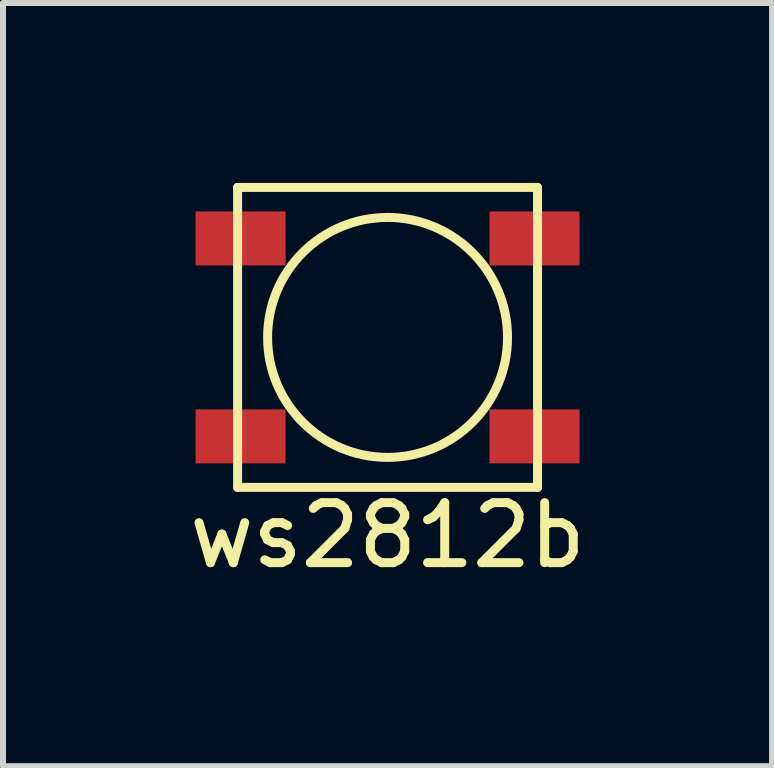
<source format=kicad_pcb>
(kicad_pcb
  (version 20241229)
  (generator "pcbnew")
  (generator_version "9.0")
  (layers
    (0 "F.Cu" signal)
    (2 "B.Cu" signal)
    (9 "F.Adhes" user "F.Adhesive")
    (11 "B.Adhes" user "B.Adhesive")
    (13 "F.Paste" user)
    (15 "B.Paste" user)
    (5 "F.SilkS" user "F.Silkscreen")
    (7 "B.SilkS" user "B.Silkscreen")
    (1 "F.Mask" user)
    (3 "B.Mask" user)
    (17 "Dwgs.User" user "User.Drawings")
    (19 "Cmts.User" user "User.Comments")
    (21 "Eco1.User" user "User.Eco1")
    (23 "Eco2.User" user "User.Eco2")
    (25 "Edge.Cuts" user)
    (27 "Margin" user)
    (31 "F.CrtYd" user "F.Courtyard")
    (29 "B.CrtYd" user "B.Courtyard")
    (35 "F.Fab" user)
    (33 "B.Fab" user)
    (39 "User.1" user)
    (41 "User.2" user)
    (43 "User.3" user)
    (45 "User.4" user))
  (footprint "ws2812b"
    (layer "F.Cu")
    (at 3.411 2.575)
    (property "Reference" "ws2812b" (at 0 3.3 0) (layer "F.SilkS") (effects (font (size 1 1) (thickness 0.15))))
    (attr through_hole)
    (fp_line (start -2.5 -2.5) (end -2.5 2.5) (stroke (width 0.15) (type solid)) (layer "F.SilkS"))
    (fp_line (start -2.5 2.5) (end 2.5 2.5) (stroke (width 0.15) (type solid)) (layer "F.SilkS"))
    (fp_line (start 2.5 -2.5) (end -2.5 -2.5) (stroke (width 0.15) (type solid)) (layer "F.SilkS"))
    (fp_line (start 2.5 2.5) (end 2.5 -2.5) (stroke (width 0.15) (type solid)) (layer "F.SilkS"))
    (fp_circle (center 0 0) (end 2 0) (stroke (width 0.15) (type solid)) (fill no) (layer "F.SilkS"))
    (pad "1" smd rect (at -2.45 -1.65) (size 1.5 0.9) (layers "F.Cu" "F.Mask" "F.Paste"))
    (pad "2" smd rect (at -2.45 1.65) (size 1.5 0.9) (layers "F.Cu" "F.Mask" "F.Paste"))
    (pad "3" smd rect (at 2.45 1.65) (size 1.5 0.9) (layers "F.Cu" "F.Mask" "F.Paste"))
    (pad "4" smd rect (at 2.45 -1.65) (size 1.5 0.9) (layers "F.Cu" "F.Mask" "F.Paste")))
  (gr_rect
    (start -3 -3)
    (end 9.821 9.723)
    (stroke (width 0.1) (type default))
    (fill no)
    (layer "Edge.Cuts")))
</source>
